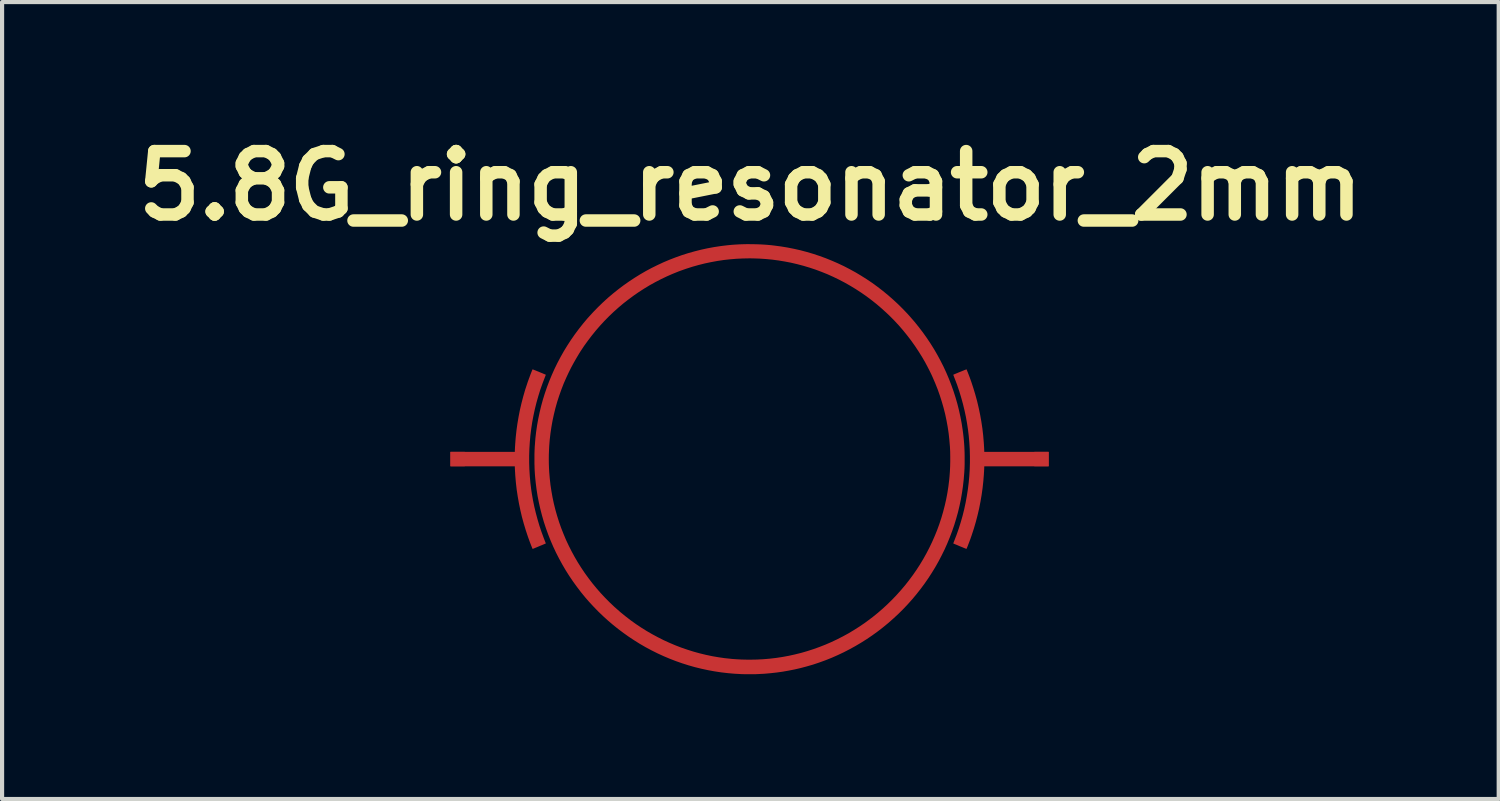
<source format=kicad_pcb>
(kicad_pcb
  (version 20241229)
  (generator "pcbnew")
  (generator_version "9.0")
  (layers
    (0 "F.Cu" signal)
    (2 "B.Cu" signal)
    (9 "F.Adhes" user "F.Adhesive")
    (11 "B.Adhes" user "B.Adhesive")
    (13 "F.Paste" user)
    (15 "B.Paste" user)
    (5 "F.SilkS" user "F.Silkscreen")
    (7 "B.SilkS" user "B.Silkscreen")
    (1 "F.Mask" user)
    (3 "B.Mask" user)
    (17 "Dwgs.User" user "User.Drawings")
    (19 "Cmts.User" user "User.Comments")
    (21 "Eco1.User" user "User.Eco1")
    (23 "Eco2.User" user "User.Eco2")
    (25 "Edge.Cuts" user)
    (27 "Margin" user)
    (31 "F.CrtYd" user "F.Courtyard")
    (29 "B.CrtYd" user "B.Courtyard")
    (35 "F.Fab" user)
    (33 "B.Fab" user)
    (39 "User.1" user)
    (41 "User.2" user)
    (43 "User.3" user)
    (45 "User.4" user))
  (footprint "5.8G_ring_resonator_2mm"
    (layer "F.Cu")
    (at 14.973 7.988)
    (property "Reference" "5.8G_ring_resonator_2mm" (at 0.02 -6.57 0) (layer "F.SilkS") (effects (font (size 1.524 1.524) (thickness 0.3))))
    (attr through_hole)
    (fp_poly (pts (xy -5.215 -2.156) (xy -5.208 -2.154) (xy -5.198 -2.15) (xy -5.184 -2.145) (xy -5.167 -2.138) (xy -5.148 -2.131) (xy -5.127 -2.122) (xy -5.105 -2.113) (xy -5.082 -2.104) (xy -5.058 -2.094) (xy -5.035 -2.084) (xy -5.012 -2.075) (xy -4.989 -2.066) (xy -4.969 -2.057) (xy -4.95 -2.049) (xy -4.933 -2.042) (xy -4.919 -2.036) (xy -4.909 -2.032) (xy -4.902 -2.029) (xy -4.899 -2.027) (xy -4.9 -2.025) (xy -4.902 -2.018) (xy -4.905 -2.008) (xy -4.91 -1.995) (xy -4.916 -1.98) (xy -4.919 -1.972) (xy -4.977 -1.821) (xy -5.031 -1.669) (xy -5.079 -1.514) (xy -5.123 -1.359) (xy -5.162 -1.202) (xy -5.196 -1.044) (xy -5.226 -0.885) (xy -5.25 -0.725) (xy -5.27 -0.564) (xy -5.284 -0.403) (xy -5.294 -0.241) (xy -5.299 -0.079) (xy -5.299 0.083) (xy -5.294 0.245) (xy -5.284 0.407) (xy -5.27 0.569) (xy -5.25 0.731) (xy -5.235 0.832) (xy -5.208 0.987) (xy -5.176 1.142) (xy -5.139 1.297) (xy -5.098 1.45) (xy -5.053 1.602) (xy -5.003 1.751) (xy -4.949 1.898) (xy -4.919 1.975) (xy -4.913 1.99) (xy -4.908 2.004) (xy -4.903 2.016) (xy -4.901 2.024) (xy -4.899 2.029) (xy -4.899 2.03) (xy -4.902 2.031) (xy -4.908 2.034) (xy -4.919 2.038) (xy -4.933 2.044) (xy -4.949 2.051) (xy -4.968 2.059) (xy -4.989 2.068) (xy -5.011 2.077) (xy -5.034 2.086) (xy -5.057 2.096) (xy -5.081 2.106) (xy -5.104 2.116) (xy -5.126 2.125) (xy -5.147 2.133) (xy -5.165 2.141) (xy -5.182 2.148) (xy -5.195 2.153) (xy -5.206 2.158) (xy -5.212 2.16) (xy -5.213 2.16) (xy -5.217 2.16) (xy -5.219 2.156) (xy -5.221 2.152) (xy -5.224 2.144) (xy -5.229 2.133) (xy -5.234 2.12) (xy -5.24 2.105) (xy -5.241 2.103) (xy -5.253 2.073) (xy -5.266 2.039) (xy -5.28 2.003) (xy -5.294 1.965) (xy -5.308 1.926) (xy -5.322 1.887) (xy -5.329 1.868) (xy -5.381 1.711) (xy -5.429 1.552) (xy -5.473 1.391) (xy -5.511 1.229) (xy -5.545 1.065) (xy -5.574 0.901) (xy -5.599 0.736) (xy -5.618 0.571) (xy -5.632 0.407) (xy -5.635 0.363) (xy -5.636 0.344) (xy -5.637 0.323) (xy -5.639 0.302) (xy -5.64 0.279) (xy -5.641 0.258) (xy -5.642 0.238) (xy -5.643 0.219) (xy -5.643 0.204) (xy -5.644 0.192) (xy -5.644 0.184) (xy -5.644 0.184) (xy -5.644 0.175) (xy -7.191 0.175) (xy -7.191 -0.173) (xy -5.644 -0.173) (xy -5.644 -0.181) (xy -5.644 -0.188) (xy -5.643 -0.2) (xy -5.643 -0.215) (xy -5.642 -0.234) (xy -5.641 -0.254) (xy -5.64 -0.275) (xy -5.639 -0.297) (xy -5.637 -0.319) (xy -5.636 -0.34) (xy -5.635 -0.359) (xy -5.635 -0.361) (xy -5.622 -0.526) (xy -5.604 -0.691) (xy -5.581 -0.855) (xy -5.553 -1.02) (xy -5.521 -1.183) (xy -5.483 -1.346) (xy -5.441 -1.507) (xy -5.395 -1.667) (xy -5.343 -1.824) (xy -5.329 -1.866) (xy -5.321 -1.888) (xy -5.312 -1.912) (xy -5.303 -1.938) (xy -5.293 -1.963) (xy -5.284 -1.989) (xy -5.274 -2.015) (xy -5.265 -2.04) (xy -5.255 -2.064) (xy -5.247 -2.086) (xy -5.239 -2.106) (xy -5.232 -2.123) (xy -5.226 -2.138) (xy -5.222 -2.148) (xy -5.218 -2.155) (xy -5.217 -2.157) (xy -5.215 -2.156)) (stroke (width 0) (type solid)) (fill yes) (layer "F.Cu"))
    (fp_poly (pts (xy 5.219 -2.153) (xy 5.223 -2.145) (xy 5.228 -2.133) (xy 5.234 -2.118) (xy 5.241 -2.1) (xy 5.25 -2.079) (xy 5.258 -2.056) (xy 5.268 -2.032) (xy 5.277 -2.007) (xy 5.287 -1.981) (xy 5.297 -1.955) (xy 5.306 -1.929) (xy 5.315 -1.905) (xy 5.323 -1.881) (xy 5.329 -1.866) (xy 5.381 -1.708) (xy 5.429 -1.549) (xy 5.473 -1.388) (xy 5.511 -1.226) (xy 5.545 -1.063) (xy 5.574 -0.899) (xy 5.599 -0.734) (xy 5.618 -0.569) (xy 5.632 -0.404) (xy 5.635 -0.361) (xy 5.636 -0.342) (xy 5.637 -0.321) (xy 5.639 -0.299) (xy 5.64 -0.277) (xy 5.641 -0.255) (xy 5.642 -0.235) (xy 5.643 -0.217) (xy 5.643 -0.201) (xy 5.644 -0.189) (xy 5.644 -0.181) (xy 5.644 -0.181) (xy 5.644 -0.173) (xy 7.191 -0.173) (xy 7.191 0.175) (xy 5.644 0.175) (xy 5.644 0.184) (xy 5.644 0.191) (xy 5.643 0.203) (xy 5.643 0.218) (xy 5.642 0.236) (xy 5.641 0.256) (xy 5.64 0.278) (xy 5.639 0.3) (xy 5.637 0.322) (xy 5.636 0.343) (xy 5.635 0.362) (xy 5.635 0.363) (xy 5.622 0.528) (xy 5.604 0.694) (xy 5.581 0.859) (xy 5.553 1.023) (xy 5.521 1.187) (xy 5.483 1.35) (xy 5.441 1.511) (xy 5.394 1.672) (xy 5.342 1.83) (xy 5.329 1.868) (xy 5.32 1.893) (xy 5.311 1.92) (xy 5.301 1.946) (xy 5.291 1.973) (xy 5.281 2) (xy 5.271 2.026) (xy 5.261 2.051) (xy 5.252 2.075) (xy 5.244 2.096) (xy 5.236 2.115) (xy 5.229 2.132) (xy 5.224 2.145) (xy 5.219 2.154) (xy 5.216 2.16) (xy 5.215 2.161) (xy 5.213 2.16) (xy 5.206 2.157) (xy 5.195 2.153) (xy 5.181 2.147) (xy 5.163 2.14) (xy 5.143 2.132) (xy 5.12 2.122) (xy 5.096 2.112) (xy 5.07 2.102) (xy 5.058 2.097) (xy 5.032 2.086) (xy 5.007 2.075) (xy 4.983 2.065) (xy 4.962 2.056) (xy 4.943 2.049) (xy 4.927 2.042) (xy 4.915 2.037) (xy 4.906 2.033) (xy 4.901 2.031) (xy 4.9 2.03) (xy 4.9 2.028) (xy 4.901 2.023) (xy 4.903 2.015) (xy 4.908 2.004) (xy 4.914 1.988) (xy 4.919 1.975) (xy 4.977 1.825) (xy 5.03 1.674) (xy 5.078 1.521) (xy 5.122 1.366) (xy 5.161 1.21) (xy 5.195 1.052) (xy 5.224 0.894) (xy 5.249 0.734) (xy 5.269 0.574) (xy 5.284 0.413) (xy 5.294 0.252) (xy 5.299 0.091) (xy 5.299 -0.071) (xy 5.295 -0.233) (xy 5.285 -0.395) (xy 5.271 -0.556) (xy 5.254 -0.699) (xy 5.23 -0.858) (xy 5.202 -1.016) (xy 5.168 -1.174) (xy 5.13 -1.33) (xy 5.087 -1.485) (xy 5.04 -1.639) (xy 4.989 -1.79) (xy 4.932 -1.939) (xy 4.919 -1.972) (xy 4.913 -1.988) (xy 4.908 -2.001) (xy 4.903 -2.013) (xy 4.901 -2.022) (xy 4.899 -2.026) (xy 4.899 -2.027) (xy 4.902 -2.029) (xy 4.909 -2.032) (xy 4.92 -2.037) (xy 4.934 -2.043) (xy 4.951 -2.05) (xy 4.97 -2.058) (xy 4.991 -2.066) (xy 5.013 -2.076) (xy 5.036 -2.085) (xy 5.06 -2.095) (xy 5.084 -2.104) (xy 5.107 -2.114) (xy 5.129 -2.123) (xy 5.149 -2.131) (xy 5.168 -2.139) (xy 5.185 -2.145) (xy 5.198 -2.15) (xy 5.208 -2.154) (xy 5.215 -2.157) (xy 5.217 -2.157) (xy 5.219 -2.153)) (stroke (width 0) (type solid)) (fill yes) (layer "F.Cu"))
    (fp_poly (pts (xy 0.092 -5.166) (xy 0.181 -5.164) (xy 0.267 -5.161) (xy 0.352 -5.156) (xy 0.436 -5.15) (xy 0.522 -5.142) (xy 0.596 -5.133) (xy 0.755 -5.112) (xy 0.913 -5.086) (xy 1.069 -5.055) (xy 1.224 -5.02) (xy 1.378 -4.979) (xy 1.531 -4.934) (xy 1.681 -4.884) (xy 1.83 -4.83) (xy 1.978 -4.77) (xy 2.123 -4.707) (xy 2.267 -4.639) (xy 2.408 -4.566) (xy 2.547 -4.49) (xy 2.684 -4.408) (xy 2.819 -4.323) (xy 2.951 -4.234) (xy 3.08 -4.14) (xy 3.207 -4.042) (xy 3.331 -3.94) (xy 3.452 -3.834) (xy 3.57 -3.725) (xy 3.685 -3.611) (xy 3.797 -3.494) (xy 3.864 -3.419) (xy 3.97 -3.297) (xy 4.071 -3.171) (xy 4.169 -3.043) (xy 4.262 -2.912) (xy 4.351 -2.779) (xy 4.436 -2.643) (xy 4.516 -2.505) (xy 4.592 -2.364) (xy 4.664 -2.222) (xy 4.731 -2.077) (xy 4.793 -1.931) (xy 4.851 -1.782) (xy 4.904 -1.633) (xy 4.953 -1.481) (xy 4.997 -1.328) (xy 5.036 -1.174) (xy 5.07 -1.018) (xy 5.1 -0.862) (xy 5.124 -0.704) (xy 5.138 -0.596) (xy 5.147 -0.518) (xy 5.154 -0.444) (xy 5.16 -0.371) (xy 5.165 -0.298) (xy 5.168 -0.226) (xy 5.171 -0.151) (xy 5.172 -0.074) (xy 5.172 0.003) (xy 5.172 0.047) (xy 5.172 0.088) (xy 5.172 0.126) (xy 5.171 0.161) (xy 5.17 0.194) (xy 5.169 0.227) (xy 5.167 0.26) (xy 5.165 0.295) (xy 5.163 0.331) (xy 5.162 0.338) (xy 5.149 0.498) (xy 5.131 0.657) (xy 5.108 0.815) (xy 5.081 0.972) (xy 5.048 1.128) (xy 5.011 1.283) (xy 4.968 1.436) (xy 4.922 1.587) (xy 4.87 1.737) (xy 4.814 1.885) (xy 4.754 2.031) (xy 4.689 2.176) (xy 4.619 2.318) (xy 4.546 2.458) (xy 4.468 2.596) (xy 4.385 2.732) (xy 4.299 2.865) (xy 4.208 2.996) (xy 4.113 3.124) (xy 4.014 3.25) (xy 3.911 3.373) (xy 3.804 3.493) (xy 3.693 3.61) (xy 3.578 3.724) (xy 3.459 3.834) (xy 3.337 3.942) (xy 3.327 3.95) (xy 3.204 4.051) (xy 3.077 4.149) (xy 2.948 4.242) (xy 2.815 4.332) (xy 2.68 4.417) (xy 2.543 4.498) (xy 2.403 4.575) (xy 2.261 4.648) (xy 2.117 4.716) (xy 1.972 4.78) (xy 1.824 4.839) (xy 1.675 4.893) (xy 1.525 4.943) (xy 1.373 4.987) (xy 1.222 5.027) (xy 1.079 5.06) (xy 0.936 5.088) (xy 0.794 5.113) (xy 0.651 5.133) (xy 0.507 5.149) (xy 0.361 5.162) (xy 0.212 5.17) (xy 0.187 5.171) (xy 0.17 5.172) (xy 0.148 5.173) (xy 0.122 5.173) (xy 0.093 5.173) (xy 0.062 5.173) (xy 0.03 5.174) (xy -0.003 5.174) (xy -0.037 5.173) (xy -0.069 5.173) (xy -0.1 5.173) (xy -0.129 5.173) (xy -0.156 5.172) (xy -0.178 5.172) (xy -0.197 5.171) (xy -0.198 5.171) (xy -0.361 5.162) (xy -0.522 5.148) (xy -0.683 5.129) (xy -0.842 5.105) (xy -1 5.076) (xy -1.157 5.042) (xy -1.313 5.004) (xy -1.467 4.96) (xy -1.619 4.912) (xy -1.77 4.859) (xy -1.92 4.801) (xy -2.067 4.739) (xy -2.213 4.672) (xy -2.357 4.6) (xy -2.499 4.524) (xy -2.639 4.443) (xy -2.776 4.357) (xy -2.912 4.267) (xy -3.031 4.182) (xy -3.158 4.087) (xy -3.283 3.987) (xy -3.405 3.883) (xy -3.524 3.775) (xy -3.639 3.664) (xy -3.751 3.549) (xy -3.859 3.432) (xy -3.949 3.329) (xy -4.052 3.203) (xy -4.15 3.074) (xy -4.245 2.943) (xy -4.335 2.81) (xy -4.421 2.674) (xy -4.502 2.536) (xy -4.579 2.395) (xy -4.652 2.253) (xy -4.72 2.108) (xy -4.783 1.962) (xy -4.842 1.813) (xy -4.896 1.663) (xy -4.946 1.512) (xy -4.99 1.359) (xy -5.03 1.204) (xy -5.065 1.049) (xy -5.096 0.892) (xy -5.121 0.733) (xy -5.141 0.574) (xy -5.152 0.467) (xy -5.157 0.413) (xy -5.161 0.363) (xy -5.164 0.314) (xy -5.167 0.266) (xy -5.169 0.218) (xy -5.17 0.169) (xy -5.172 0.118) (xy -5.172 0.063) (xy -5.172 0.005) (xy -5.172 0.005) (xy -4.827 0.005) (xy -4.826 0.112) (xy -4.822 0.218) (xy -4.817 0.311) (xy -4.804 0.466) (xy -4.787 0.619) (xy -4.764 0.771) (xy -4.737 0.923) (xy -4.705 1.073) (xy -4.668 1.222) (xy -4.626 1.369) (xy -4.58 1.515) (xy -4.529 1.659) (xy -4.473 1.801) (xy -4.414 1.942) (xy -4.349 2.08) (xy -4.28 2.217) (xy -4.207 2.351) (xy -4.13 2.483) (xy -4.048 2.613) (xy -3.962 2.741) (xy -3.872 2.865) (xy -3.778 2.988) (xy -3.68 3.107) (xy -3.578 3.224) (xy -3.472 3.337) (xy -3.362 3.448) (xy -3.249 3.555) (xy -3.131 3.659) (xy -3.1 3.686) (xy -2.979 3.784) (xy -2.856 3.879) (xy -2.73 3.969) (xy -2.601 4.055) (xy -2.47 4.137) (xy -2.336 4.214) (xy -2.2 4.287) (xy -2.063 4.356) (xy -1.923 4.42) (xy -1.781 4.48) (xy -1.638 4.535) (xy -1.492 4.585) (xy -1.346 4.631) (xy -1.198 4.672) (xy -1.049 4.708) (xy -0.898 4.74) (xy -0.747 4.766) (xy -0.594 4.788) (xy -0.441 4.804) (xy -0.425 4.806) (xy -0.314 4.814) (xy -0.204 4.82) (xy -0.094 4.823) (xy 0.017 4.824) (xy 0.13 4.822) (xy 0.179 4.821) (xy 0.333 4.813) (xy 0.486 4.8) (xy 0.639 4.782) (xy 0.791 4.759) (xy 0.942 4.731) (xy 1.092 4.698) (xy 1.241 4.661) (xy 1.389 4.618) (xy 1.535 4.571) (xy 1.68 4.519) (xy 1.823 4.463) (xy 1.964 4.402) (xy 2.104 4.336) (xy 2.241 4.266) (xy 2.377 4.192) (xy 2.51 4.112) (xy 2.641 4.029) (xy 2.77 3.941) (xy 2.837 3.892) (xy 2.962 3.798) (xy 3.083 3.7) (xy 3.201 3.598) (xy 3.316 3.492) (xy 3.428 3.382) (xy 3.536 3.269) (xy 3.64 3.153) (xy 3.741 3.034) (xy 3.829 2.922) (xy 3.923 2.796) (xy 4.012 2.668) (xy 4.097 2.537) (xy 4.177 2.404) (xy 4.253 2.268) (xy 4.324 2.131) (xy 4.391 1.991) (xy 4.453 1.85) (xy 4.511 1.707) (xy 4.564 1.562) (xy 4.612 1.416) (xy 4.655 1.268) (xy 4.694 1.118) (xy 4.728 0.968) (xy 4.757 0.816) (xy 4.781 0.663) (xy 4.8 0.509) (xy 4.808 0.427) (xy 4.817 0.307) (xy 4.823 0.185) (xy 4.826 0.061) (xy 4.826 -0.062) (xy 4.824 -0.185) (xy 4.818 -0.304) (xy 4.817 -0.312) (xy 4.804 -0.468) (xy 4.787 -0.622) (xy 4.764 -0.776) (xy 4.736 -0.928) (xy 4.704 -1.08) (xy 4.666 -1.23) (xy 4.623 -1.379) (xy 4.576 -1.527) (xy 4.524 -1.674) (xy 4.466 -1.82) (xy 4.404 -1.964) (xy 4.379 -2.019) (xy 4.369 -2.041) (xy 4.356 -2.067) (xy 4.342 -2.096) (xy 4.327 -2.126) (xy 4.311 -2.158) (xy 4.294 -2.19) (xy 4.278 -2.222) (xy 4.262 -2.252) (xy 4.247 -2.28) (xy 4.233 -2.306) (xy 4.225 -2.322) (xy 4.146 -2.458) (xy 4.062 -2.592) (xy 3.975 -2.723) (xy 3.884 -2.851) (xy 3.788 -2.976) (xy 3.689 -3.098) (xy 3.586 -3.217) (xy 3.479 -3.332) (xy 3.368 -3.444) (xy 3.292 -3.516) (xy 3.175 -3.622) (xy 3.056 -3.724) (xy 2.934 -3.821) (xy 2.81 -3.914) (xy 2.682 -4.003) (xy 2.553 -4.087) (xy 2.421 -4.167) (xy 2.287 -4.243) (xy 2.151 -4.314) (xy 2.013 -4.381) (xy 1.873 -4.444) (xy 1.731 -4.501) (xy 1.587 -4.555) (xy 1.442 -4.603) (xy 1.295 -4.647) (xy 1.147 -4.686) (xy 0.998 -4.721) (xy 0.847 -4.75) (xy 0.696 -4.775) (xy 0.543 -4.795) (xy 0.389 -4.81) (xy 0.235 -4.82) (xy 0.08 -4.825) (xy 0 -4.826) (xy -0.156 -4.823) (xy -0.311 -4.816) (xy -0.466 -4.803) (xy -0.621 -4.786) (xy -0.774 -4.763) (xy -0.926 -4.735) (xy -1.078 -4.703) (xy -1.229 -4.665) (xy -1.378 -4.623) (xy -1.527 -4.575) (xy -1.674 -4.523) (xy -1.706 -4.511) (xy -1.85 -4.453) (xy -1.991 -4.391) (xy -2.131 -4.324) (xy -2.268 -4.253) (xy -2.403 -4.178) (xy -2.535 -4.098) (xy -2.665 -4.014) (xy -2.792 -3.926) (xy -2.916 -3.834) (xy -3.038 -3.739) (xy -3.156 -3.639) (xy -3.271 -3.536) (xy -3.383 -3.429) (xy -3.492 -3.318) (xy -3.597 -3.204) (xy -3.698 -3.087) (xy -3.796 -2.966) (xy -3.89 -2.842) (xy -3.981 -2.716) (xy -4.067 -2.586) (xy -4.096 -2.54) (xy -4.161 -2.431) (xy -4.225 -2.319) (xy -4.287 -2.205) (xy -4.345 -2.089) (xy -4.4 -1.972) (xy -4.451 -1.856) (xy -4.469 -1.815) (xy -4.525 -1.67) (xy -4.577 -1.524) (xy -4.625 -1.376) (xy -4.667 -1.227) (xy -4.704 -1.076) (xy -4.737 -0.924) (xy -4.764 -0.772) (xy -4.787 -0.618) (xy -4.805 -0.464) (xy -4.817 -0.312) (xy -4.822 -0.209) (xy -4.826 -0.103) (xy -4.827 0.005) (xy -5.172 0.005) (xy -5.172 0.003) (xy -5.172 -0.041) (xy -5.172 -0.08) (xy -5.172 -0.116) (xy -5.171 -0.15) (xy -5.17 -0.182) (xy -5.169 -0.214) (xy -5.167 -0.246) (xy -5.166 -0.279) (xy -5.164 -0.315) (xy -5.162 -0.331) (xy -5.15 -0.491) (xy -5.132 -0.65) (xy -5.109 -0.808) (xy -5.081 -0.965) (xy -5.048 -1.121) (xy -5.011 -1.275) (xy -4.969 -1.429) (xy -4.922 -1.58) (xy -4.87 -1.731) (xy -4.814 -1.879) (xy -4.753 -2.026) (xy -4.688 -2.171) (xy -4.618 -2.314) (xy -4.543 -2.456) (xy -4.465 -2.594) (xy -4.381 -2.731) (xy -4.294 -2.865) (xy -4.202 -2.997) (xy -4.106 -3.126) (xy -4.006 -3.253) (xy -3.902 -3.377) (xy -3.864 -3.419) (xy -3.754 -3.539) (xy -3.641 -3.655) (xy -3.525 -3.767) (xy -3.406 -3.876) (xy -3.283 -3.98) (xy -3.158 -4.08) (xy -3.031 -4.176) (xy -2.9 -4.268) (xy -2.767 -4.356) (xy -2.632 -4.44) (xy -2.494 -4.52) (xy -2.354 -4.595) (xy -2.212 -4.665) (xy -2.068 -4.732) (xy -1.921 -4.794) (xy -1.773 -4.851) (xy -1.624 -4.904) (xy -1.472 -4.952) (xy -1.319 -4.995) (xy -1.165 -5.034) (xy -1.009 -5.068) (xy -0.852 -5.097) (xy -0.694 -5.121) (xy -0.596 -5.133) (xy -0.509 -5.143) (xy -0.423 -5.151) (xy -0.339 -5.157) (xy -0.254 -5.162) (xy -0.168 -5.165) (xy -0.079 -5.167) (xy 0 -5.167) (xy 0.092 -5.166)) (stroke (width 0) (type solid)) (fill yes) (layer "F.Cu"))
    (pad "1" smd rect (at -7.02 0) (size 0.346 0.346) (layers "F.Cu"))
    (pad "2" smd rect (at 7.02 0) (size 0.346 0.346) (layers "F.Cu")))
  (gr_rect
    (start -3 -3)
    (end 32.987 16.162)
    (stroke (width 0.1) (type default))
    (fill no)
    (layer "Edge.Cuts")))
</source>
